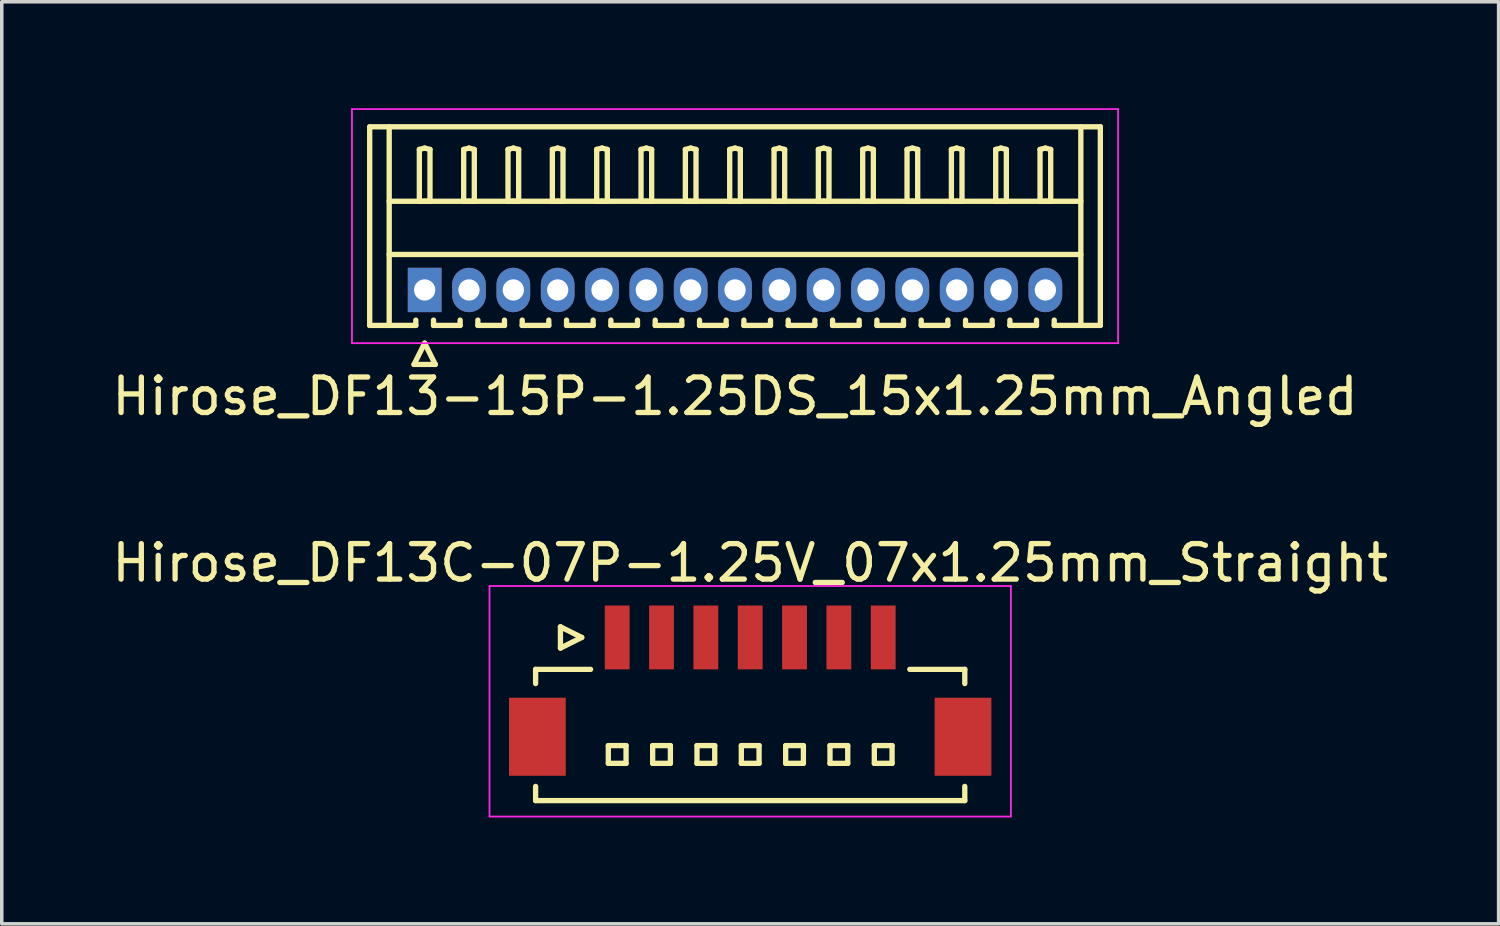
<source format=kicad_pcb>
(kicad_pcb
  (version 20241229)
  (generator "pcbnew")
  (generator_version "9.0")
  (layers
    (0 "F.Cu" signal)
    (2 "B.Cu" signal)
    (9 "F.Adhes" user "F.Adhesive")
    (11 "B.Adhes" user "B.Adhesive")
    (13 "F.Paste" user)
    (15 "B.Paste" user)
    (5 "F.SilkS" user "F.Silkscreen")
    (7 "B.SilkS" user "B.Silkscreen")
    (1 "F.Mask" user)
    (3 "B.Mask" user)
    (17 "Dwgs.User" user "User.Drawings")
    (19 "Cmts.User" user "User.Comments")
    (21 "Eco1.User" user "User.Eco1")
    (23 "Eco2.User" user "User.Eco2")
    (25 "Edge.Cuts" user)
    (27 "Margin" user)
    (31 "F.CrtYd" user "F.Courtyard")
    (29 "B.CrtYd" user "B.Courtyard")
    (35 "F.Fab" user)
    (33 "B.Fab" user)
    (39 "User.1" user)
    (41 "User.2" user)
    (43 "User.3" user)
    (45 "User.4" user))
  (footprint "Hirose_DF13C-07P-1.25V_07x1.25mm_Straight"
    (layer "F.Cu")
    (at 18.101 16.322)
    (property "Reference" "Hirose_DF13C-07P-1.25V_07x1.25mm_Straight" (at 0 -3.5 0) (layer "F.SilkS") (effects (font (size 1 1) (thickness 0.15))))
    (attr smd)
    (fp_line (start -6.05 -0.5) (end -6.05 -0.1) (stroke (width 0.15) (type solid)) (layer "F.SilkS"))
    (fp_line (start -6.05 -0.5) (end -4.5 -0.5) (stroke (width 0.15) (type solid)) (layer "F.SilkS"))
    (fp_line (start -6.05 3.2) (end -6.05 2.8) (stroke (width 0.15) (type solid)) (layer "F.SilkS"))
    (fp_line (start -6.05 3.2) (end 6.05 3.2) (stroke (width 0.15) (type solid)) (layer "F.SilkS"))
    (fp_line (start -5.35 -1.7) (end -5.35 -1.1) (stroke (width 0.15) (type solid)) (layer "F.SilkS"))
    (fp_line (start -5.35 -1.1) (end -4.75 -1.4) (stroke (width 0.15) (type solid)) (layer "F.SilkS"))
    (fp_line (start -4.75 -1.4) (end -5.35 -1.7) (stroke (width 0.15) (type solid)) (layer "F.SilkS"))
    (fp_line (start -4 1.65) (end -4 2.15) (stroke (width 0.15) (type solid)) (layer "F.SilkS"))
    (fp_line (start -4 2.15) (end -3.5 2.15) (stroke (width 0.15) (type solid)) (layer "F.SilkS"))
    (fp_line (start -3.5 1.65) (end -4 1.65) (stroke (width 0.15) (type solid)) (layer "F.SilkS"))
    (fp_line (start -3.5 2.15) (end -3.5 1.65) (stroke (width 0.15) (type solid)) (layer "F.SilkS"))
    (fp_line (start -2.75 1.65) (end -2.75 2.15) (stroke (width 0.15) (type solid)) (layer "F.SilkS"))
    (fp_line (start -2.75 2.15) (end -2.25 2.15) (stroke (width 0.15) (type solid)) (layer "F.SilkS"))
    (fp_line (start -2.25 1.65) (end -2.75 1.65) (stroke (width 0.15) (type solid)) (layer "F.SilkS"))
    (fp_line (start -2.25 2.15) (end -2.25 1.65) (stroke (width 0.15) (type solid)) (layer "F.SilkS"))
    (fp_line (start -1.5 1.65) (end -1.5 2.15) (stroke (width 0.15) (type solid)) (layer "F.SilkS"))
    (fp_line (start -1.5 2.15) (end -1 2.15) (stroke (width 0.15) (type solid)) (layer "F.SilkS"))
    (fp_line (start -1 1.65) (end -1.5 1.65) (stroke (width 0.15) (type solid)) (layer "F.SilkS"))
    (fp_line (start -1 2.15) (end -1 1.65) (stroke (width 0.15) (type solid)) (layer "F.SilkS"))
    (fp_line (start -0.25 1.65) (end -0.25 2.15) (stroke (width 0.15) (type solid)) (layer "F.SilkS"))
    (fp_line (start -0.25 2.15) (end 0.25 2.15) (stroke (width 0.15) (type solid)) (layer "F.SilkS"))
    (fp_line (start 0.25 1.65) (end -0.25 1.65) (stroke (width 0.15) (type solid)) (layer "F.SilkS"))
    (fp_line (start 0.25 2.15) (end 0.25 1.65) (stroke (width 0.15) (type solid)) (layer "F.SilkS"))
    (fp_line (start 1 1.65) (end 1 2.15) (stroke (width 0.15) (type solid)) (layer "F.SilkS"))
    (fp_line (start 1 2.15) (end 1.5 2.15) (stroke (width 0.15) (type solid)) (layer "F.SilkS"))
    (fp_line (start 1.5 1.65) (end 1 1.65) (stroke (width 0.15) (type solid)) (layer "F.SilkS"))
    (fp_line (start 1.5 2.15) (end 1.5 1.65) (stroke (width 0.15) (type solid)) (layer "F.SilkS"))
    (fp_line (start 2.25 1.65) (end 2.25 2.15) (stroke (width 0.15) (type solid)) (layer "F.SilkS"))
    (fp_line (start 2.25 2.15) (end 2.75 2.15) (stroke (width 0.15) (type solid)) (layer "F.SilkS"))
    (fp_line (start 2.75 1.65) (end 2.25 1.65) (stroke (width 0.15) (type solid)) (layer "F.SilkS"))
    (fp_line (start 2.75 2.15) (end 2.75 1.65) (stroke (width 0.15) (type solid)) (layer "F.SilkS"))
    (fp_line (start 3.5 1.65) (end 3.5 2.15) (stroke (width 0.15) (type solid)) (layer "F.SilkS"))
    (fp_line (start 3.5 2.15) (end 4 2.15) (stroke (width 0.15) (type solid)) (layer "F.SilkS"))
    (fp_line (start 4 1.65) (end 3.5 1.65) (stroke (width 0.15) (type solid)) (layer "F.SilkS"))
    (fp_line (start 4 2.15) (end 4 1.65) (stroke (width 0.15) (type solid)) (layer "F.SilkS"))
    (fp_line (start 6.05 -0.5) (end 4.5 -0.5) (stroke (width 0.15) (type solid)) (layer "F.SilkS"))
    (fp_line (start 6.05 -0.5) (end 6.05 -0.1) (stroke (width 0.15) (type solid)) (layer "F.SilkS"))
    (fp_line (start 6.05 3.2) (end 6.05 2.8) (stroke (width 0.15) (type solid)) (layer "F.SilkS"))
    (fp_line (start -7.35 -2.85) (end -7.35 3.65) (stroke (width 0.05) (type solid)) (layer "F.CrtYd"))
    (fp_line (start -7.35 3.65) (end 7.35 3.65) (stroke (width 0.05) (type solid)) (layer "F.CrtYd"))
    (fp_line (start 7.35 -2.85) (end -7.35 -2.85) (stroke (width 0.05) (type solid)) (layer "F.CrtYd"))
    (fp_line (start 7.35 3.65) (end 7.35 -2.85) (stroke (width 0.05) (type solid)) (layer "F.CrtYd"))
    (pad "" smd rect (at -6 1.4) (size 1.6 2.2) (layers "F.Cu" "F.Mask" "F.Paste"))
    (pad "" smd rect (at 6 1.4) (size 1.6 2.2) (layers "F.Cu" "F.Mask" "F.Paste"))
    (pad "1" smd rect (at -3.75 -1.4) (size 0.7 1.8) (layers "F.Cu" "F.Mask" "F.Paste"))
    (pad "2" smd rect (at -2.5 -1.4) (size 0.7 1.8) (layers "F.Cu" "F.Mask" "F.Paste"))
    (pad "3" smd rect (at -1.25 -1.4) (size 0.7 1.8) (layers "F.Cu" "F.Mask" "F.Paste"))
    (pad "4" smd rect (at 0 -1.4) (size 0.7 1.8) (layers "F.Cu" "F.Mask" "F.Paste"))
    (pad "5" smd rect (at 1.25 -1.4) (size 0.7 1.8) (layers "F.Cu" "F.Mask" "F.Paste"))
    (pad "6" smd rect (at 2.5 -1.4) (size 0.7 1.8) (layers "F.Cu" "F.Mask" "F.Paste"))
    (pad "7" smd rect (at 3.75 -1.4) (size 0.7 1.8) (layers "F.Cu" "F.Mask" "F.Paste")))
  (footprint "Hirose_DF13-15P-1.25DS_15x1.25mm_Angled"
    (layer "F.Cu")
    (at 8.923 5.125)
    (property "Reference" "Hirose_DF13-15P-1.25DS_15x1.25mm_Angled" (at 8.75 3 0) (layer "F.SilkS") (effects (font (size 1 1) (thickness 0.15))))
    (attr through_hole)
    (fp_line (start -1.55 -4.6) (end 19.05 -4.6) (stroke (width 0.15) (type solid)) (layer "F.SilkS"))
    (fp_line (start -1.55 1) (end -1.55 -4.6) (stroke (width 0.15) (type solid)) (layer "F.SilkS"))
    (fp_line (start -1 -4.6) (end -1 1) (stroke (width 0.15) (type solid)) (layer "F.SilkS"))
    (fp_line (start -1 -2.5) (end 18.5 -2.5) (stroke (width 0.15) (type solid)) (layer "F.SilkS"))
    (fp_line (start -1 -1) (end 18.5 -1) (stroke (width 0.15) (type solid)) (layer "F.SilkS"))
    (fp_line (start -0.3 2.1) (end 0.3 2.1) (stroke (width 0.15) (type solid)) (layer "F.SilkS"))
    (fp_line (start -0.25 0.85) (end -0.25 1) (stroke (width 0.15) (type solid)) (layer "F.SilkS"))
    (fp_line (start -0.25 1) (end -1.55 1) (stroke (width 0.15) (type solid)) (layer "F.SilkS"))
    (fp_line (start -0.15 -3.962) (end 0 -4) (stroke (width 0.15) (type solid)) (layer "F.SilkS"))
    (fp_line (start -0.15 -2.5) (end -0.15 -3.962) (stroke (width 0.15) (type solid)) (layer "F.SilkS"))
    (fp_line (start 0 -4) (end 0.15 -3.962) (stroke (width 0.15) (type solid)) (layer "F.SilkS"))
    (fp_line (start 0 -2.5) (end -0.15 -2.5) (stroke (width 0.15) (type solid)) (layer "F.SilkS"))
    (fp_line (start 0 1.5) (end -0.3 2.1) (stroke (width 0.15) (type solid)) (layer "F.SilkS"))
    (fp_line (start 0.15 -3.962) (end 0.15 -2.5) (stroke (width 0.15) (type solid)) (layer "F.SilkS"))
    (fp_line (start 0.15 -2.5) (end 0 -2.5) (stroke (width 0.15) (type solid)) (layer "F.SilkS"))
    (fp_line (start 0.25 0.85) (end 0.25 1) (stroke (width 0.15) (type solid)) (layer "F.SilkS"))
    (fp_line (start 0.25 1) (end 1 1) (stroke (width 0.15) (type solid)) (layer "F.SilkS"))
    (fp_line (start 0.3 2.1) (end 0 1.5) (stroke (width 0.15) (type solid)) (layer "F.SilkS"))
    (fp_line (start 1 1) (end 1 0.85) (stroke (width 0.15) (type solid)) (layer "F.SilkS"))
    (fp_line (start 1.1 -3.962) (end 1.25 -4) (stroke (width 0.15) (type solid)) (layer "F.SilkS"))
    (fp_line (start 1.1 -2.5) (end 1.1 -3.962) (stroke (width 0.15) (type solid)) (layer "F.SilkS"))
    (fp_line (start 1.25 -4) (end 1.4 -3.962) (stroke (width 0.15) (type solid)) (layer "F.SilkS"))
    (fp_line (start 1.25 -2.5) (end 1.1 -2.5) (stroke (width 0.15) (type solid)) (layer "F.SilkS"))
    (fp_line (start 1.4 -3.962) (end 1.4 -2.5) (stroke (width 0.15) (type solid)) (layer "F.SilkS"))
    (fp_line (start 1.4 -2.5) (end 1.25 -2.5) (stroke (width 0.15) (type solid)) (layer "F.SilkS"))
    (fp_line (start 1.5 0.85) (end 1.5 1) (stroke (width 0.15) (type solid)) (layer "F.SilkS"))
    (fp_line (start 1.5 1) (end 2.25 1) (stroke (width 0.15) (type solid)) (layer "F.SilkS"))
    (fp_line (start 2.25 1) (end 2.25 0.85) (stroke (width 0.15) (type solid)) (layer "F.SilkS"))
    (fp_line (start 2.35 -3.962) (end 2.5 -4) (stroke (width 0.15) (type solid)) (layer "F.SilkS"))
    (fp_line (start 2.35 -2.5) (end 2.35 -3.962) (stroke (width 0.15) (type solid)) (layer "F.SilkS"))
    (fp_line (start 2.5 -4) (end 2.65 -3.962) (stroke (width 0.15) (type solid)) (layer "F.SilkS"))
    (fp_line (start 2.5 -2.5) (end 2.35 -2.5) (stroke (width 0.15) (type solid)) (layer "F.SilkS"))
    (fp_line (start 2.65 -3.962) (end 2.65 -2.5) (stroke (width 0.15) (type solid)) (layer "F.SilkS"))
    (fp_line (start 2.65 -2.5) (end 2.5 -2.5) (stroke (width 0.15) (type solid)) (layer "F.SilkS"))
    (fp_line (start 2.75 0.85) (end 2.75 1) (stroke (width 0.15) (type solid)) (layer "F.SilkS"))
    (fp_line (start 2.75 1) (end 3.5 1) (stroke (width 0.15) (type solid)) (layer "F.SilkS"))
    (fp_line (start 3.5 1) (end 3.5 0.85) (stroke (width 0.15) (type solid)) (layer "F.SilkS"))
    (fp_line (start 3.6 -3.962) (end 3.75 -4) (stroke (width 0.15) (type solid)) (layer "F.SilkS"))
    (fp_line (start 3.6 -2.5) (end 3.6 -3.962) (stroke (width 0.15) (type solid)) (layer "F.SilkS"))
    (fp_line (start 3.75 -4) (end 3.9 -3.962) (stroke (width 0.15) (type solid)) (layer "F.SilkS"))
    (fp_line (start 3.75 -2.5) (end 3.6 -2.5) (stroke (width 0.15) (type solid)) (layer "F.SilkS"))
    (fp_line (start 3.9 -3.962) (end 3.9 -2.5) (stroke (width 0.15) (type solid)) (layer "F.SilkS"))
    (fp_line (start 3.9 -2.5) (end 3.75 -2.5) (stroke (width 0.15) (type solid)) (layer "F.SilkS"))
    (fp_line (start 4 0.85) (end 4 1) (stroke (width 0.15) (type solid)) (layer "F.SilkS"))
    (fp_line (start 4 1) (end 4.75 1) (stroke (width 0.15) (type solid)) (layer "F.SilkS"))
    (fp_line (start 4.75 1) (end 4.75 0.85) (stroke (width 0.15) (type solid)) (layer "F.SilkS"))
    (fp_line (start 4.85 -3.962) (end 5 -4) (stroke (width 0.15) (type solid)) (layer "F.SilkS"))
    (fp_line (start 4.85 -2.5) (end 4.85 -3.962) (stroke (width 0.15) (type solid)) (layer "F.SilkS"))
    (fp_line (start 5 -4) (end 5.15 -3.962) (stroke (width 0.15) (type solid)) (layer "F.SilkS"))
    (fp_line (start 5 -2.5) (end 4.85 -2.5) (stroke (width 0.15) (type solid)) (layer "F.SilkS"))
    (fp_line (start 5.15 -3.962) (end 5.15 -2.5) (stroke (width 0.15) (type solid)) (layer "F.SilkS"))
    (fp_line (start 5.15 -2.5) (end 5 -2.5) (stroke (width 0.15) (type solid)) (layer "F.SilkS"))
    (fp_line (start 5.25 0.85) (end 5.25 1) (stroke (width 0.15) (type solid)) (layer "F.SilkS"))
    (fp_line (start 5.25 1) (end 6 1) (stroke (width 0.15) (type solid)) (layer "F.SilkS"))
    (fp_line (start 6 1) (end 6 0.85) (stroke (width 0.15) (type solid)) (layer "F.SilkS"))
    (fp_line (start 6.1 -3.962) (end 6.25 -4) (stroke (width 0.15) (type solid)) (layer "F.SilkS"))
    (fp_line (start 6.1 -2.5) (end 6.1 -3.962) (stroke (width 0.15) (type solid)) (layer "F.SilkS"))
    (fp_line (start 6.25 -4) (end 6.4 -3.962) (stroke (width 0.15) (type solid)) (layer "F.SilkS"))
    (fp_line (start 6.25 -2.5) (end 6.1 -2.5) (stroke (width 0.15) (type solid)) (layer "F.SilkS"))
    (fp_line (start 6.4 -3.962) (end 6.4 -2.5) (stroke (width 0.15) (type solid)) (layer "F.SilkS"))
    (fp_line (start 6.4 -2.5) (end 6.25 -2.5) (stroke (width 0.15) (type solid)) (layer "F.SilkS"))
    (fp_line (start 6.5 0.85) (end 6.5 1) (stroke (width 0.15) (type solid)) (layer "F.SilkS"))
    (fp_line (start 6.5 1) (end 7.25 1) (stroke (width 0.15) (type solid)) (layer "F.SilkS"))
    (fp_line (start 7.25 1) (end 7.25 0.85) (stroke (width 0.15) (type solid)) (layer "F.SilkS"))
    (fp_line (start 7.35 -3.962) (end 7.5 -4) (stroke (width 0.15) (type solid)) (layer "F.SilkS"))
    (fp_line (start 7.35 -2.5) (end 7.35 -3.962) (stroke (width 0.15) (type solid)) (layer "F.SilkS"))
    (fp_line (start 7.5 -4) (end 7.65 -3.962) (stroke (width 0.15) (type solid)) (layer "F.SilkS"))
    (fp_line (start 7.5 -2.5) (end 7.35 -2.5) (stroke (width 0.15) (type solid)) (layer "F.SilkS"))
    (fp_line (start 7.65 -3.962) (end 7.65 -2.5) (stroke (width 0.15) (type solid)) (layer "F.SilkS"))
    (fp_line (start 7.65 -2.5) (end 7.5 -2.5) (stroke (width 0.15) (type solid)) (layer "F.SilkS"))
    (fp_line (start 7.75 0.85) (end 7.75 1) (stroke (width 0.15) (type solid)) (layer "F.SilkS"))
    (fp_line (start 7.75 1) (end 8.5 1) (stroke (width 0.15) (type solid)) (layer "F.SilkS"))
    (fp_line (start 8.5 1) (end 8.5 0.85) (stroke (width 0.15) (type solid)) (layer "F.SilkS"))
    (fp_line (start 8.6 -3.962) (end 8.75 -4) (stroke (width 0.15) (type solid)) (layer "F.SilkS"))
    (fp_line (start 8.6 -2.5) (end 8.6 -3.962) (stroke (width 0.15) (type solid)) (layer "F.SilkS"))
    (fp_line (start 8.75 -4) (end 8.9 -3.962) (stroke (width 0.15) (type solid)) (layer "F.SilkS"))
    (fp_line (start 8.75 -2.5) (end 8.6 -2.5) (stroke (width 0.15) (type solid)) (layer "F.SilkS"))
    (fp_line (start 8.9 -3.962) (end 8.9 -2.5) (stroke (width 0.15) (type solid)) (layer "F.SilkS"))
    (fp_line (start 8.9 -2.5) (end 8.75 -2.5) (stroke (width 0.15) (type solid)) (layer "F.SilkS"))
    (fp_line (start 9 0.85) (end 9 1) (stroke (width 0.15) (type solid)) (layer "F.SilkS"))
    (fp_line (start 9 1) (end 9.75 1) (stroke (width 0.15) (type solid)) (layer "F.SilkS"))
    (fp_line (start 9.75 1) (end 9.75 0.85) (stroke (width 0.15) (type solid)) (layer "F.SilkS"))
    (fp_line (start 9.85 -3.962) (end 10 -4) (stroke (width 0.15) (type solid)) (layer "F.SilkS"))
    (fp_line (start 9.85 -2.5) (end 9.85 -3.962) (stroke (width 0.15) (type solid)) (layer "F.SilkS"))
    (fp_line (start 10 -4) (end 10.15 -3.962) (stroke (width 0.15) (type solid)) (layer "F.SilkS"))
    (fp_line (start 10 -2.5) (end 9.85 -2.5) (stroke (width 0.15) (type solid)) (layer "F.SilkS"))
    (fp_line (start 10.15 -3.962) (end 10.15 -2.5) (stroke (width 0.15) (type solid)) (layer "F.SilkS"))
    (fp_line (start 10.15 -2.5) (end 10 -2.5) (stroke (width 0.15) (type solid)) (layer "F.SilkS"))
    (fp_line (start 10.25 0.85) (end 10.25 1) (stroke (width 0.15) (type solid)) (layer "F.SilkS"))
    (fp_line (start 10.25 1) (end 11 1) (stroke (width 0.15) (type solid)) (layer "F.SilkS"))
    (fp_line (start 11 1) (end 11 0.85) (stroke (width 0.15) (type solid)) (layer "F.SilkS"))
    (fp_line (start 11.1 -3.962) (end 11.25 -4) (stroke (width 0.15) (type solid)) (layer "F.SilkS"))
    (fp_line (start 11.1 -2.5) (end 11.1 -3.962) (stroke (width 0.15) (type solid)) (layer "F.SilkS"))
    (fp_line (start 11.25 -4) (end 11.4 -3.962) (stroke (width 0.15) (type solid)) (layer "F.SilkS"))
    (fp_line (start 11.25 -2.5) (end 11.1 -2.5) (stroke (width 0.15) (type solid)) (layer "F.SilkS"))
    (fp_line (start 11.4 -3.962) (end 11.4 -2.5) (stroke (width 0.15) (type solid)) (layer "F.SilkS"))
    (fp_line (start 11.4 -2.5) (end 11.25 -2.5) (stroke (width 0.15) (type solid)) (layer "F.SilkS"))
    (fp_line (start 11.5 0.85) (end 11.5 1) (stroke (width 0.15) (type solid)) (layer "F.SilkS"))
    (fp_line (start 11.5 1) (end 12.25 1) (stroke (width 0.15) (type solid)) (layer "F.SilkS"))
    (fp_line (start 12.25 1) (end 12.25 0.85) (stroke (width 0.15) (type solid)) (layer "F.SilkS"))
    (fp_line (start 12.35 -3.962) (end 12.5 -4) (stroke (width 0.15) (type solid)) (layer "F.SilkS"))
    (fp_line (start 12.35 -2.5) (end 12.35 -3.962) (stroke (width 0.15) (type solid)) (layer "F.SilkS"))
    (fp_line (start 12.5 -4) (end 12.65 -3.962) (stroke (width 0.15) (type solid)) (layer "F.SilkS"))
    (fp_line (start 12.5 -2.5) (end 12.35 -2.5) (stroke (width 0.15) (type solid)) (layer "F.SilkS"))
    (fp_line (start 12.65 -3.962) (end 12.65 -2.5) (stroke (width 0.15) (type solid)) (layer "F.SilkS"))
    (fp_line (start 12.65 -2.5) (end 12.5 -2.5) (stroke (width 0.15) (type solid)) (layer "F.SilkS"))
    (fp_line (start 12.75 0.85) (end 12.75 1) (stroke (width 0.15) (type solid)) (layer "F.SilkS"))
    (fp_line (start 12.75 1) (end 13.5 1) (stroke (width 0.15) (type solid)) (layer "F.SilkS"))
    (fp_line (start 13.5 1) (end 13.5 0.85) (stroke (width 0.15) (type solid)) (layer "F.SilkS"))
    (fp_line (start 13.6 -3.962) (end 13.75 -4) (stroke (width 0.15) (type solid)) (layer "F.SilkS"))
    (fp_line (start 13.6 -2.5) (end 13.6 -3.962) (stroke (width 0.15) (type solid)) (layer "F.SilkS"))
    (fp_line (start 13.75 -4) (end 13.9 -3.962) (stroke (width 0.15) (type solid)) (layer "F.SilkS"))
    (fp_line (start 13.75 -2.5) (end 13.6 -2.5) (stroke (width 0.15) (type solid)) (layer "F.SilkS"))
    (fp_line (start 13.9 -3.962) (end 13.9 -2.5) (stroke (width 0.15) (type solid)) (layer "F.SilkS"))
    (fp_line (start 13.9 -2.5) (end 13.75 -2.5) (stroke (width 0.15) (type solid)) (layer "F.SilkS"))
    (fp_line (start 14 0.85) (end 14 1) (stroke (width 0.15) (type solid)) (layer "F.SilkS"))
    (fp_line (start 14 1) (end 14.75 1) (stroke (width 0.15) (type solid)) (layer "F.SilkS"))
    (fp_line (start 14.75 1) (end 14.75 0.85) (stroke (width 0.15) (type solid)) (layer "F.SilkS"))
    (fp_line (start 14.85 -3.962) (end 15 -4) (stroke (width 0.15) (type solid)) (layer "F.SilkS"))
    (fp_line (start 14.85 -2.5) (end 14.85 -3.962) (stroke (width 0.15) (type solid)) (layer "F.SilkS"))
    (fp_line (start 15 -4) (end 15.15 -3.962) (stroke (width 0.15) (type solid)) (layer "F.SilkS"))
    (fp_line (start 15 -2.5) (end 14.85 -2.5) (stroke (width 0.15) (type solid)) (layer "F.SilkS"))
    (fp_line (start 15.15 -3.962) (end 15.15 -2.5) (stroke (width 0.15) (type solid)) (layer "F.SilkS"))
    (fp_line (start 15.15 -2.5) (end 15 -2.5) (stroke (width 0.15) (type solid)) (layer "F.SilkS"))
    (fp_line (start 15.25 0.85) (end 15.25 1) (stroke (width 0.15) (type solid)) (layer "F.SilkS"))
    (fp_line (start 15.25 1) (end 16 1) (stroke (width 0.15) (type solid)) (layer "F.SilkS"))
    (fp_line (start 16 1) (end 16 0.85) (stroke (width 0.15) (type solid)) (layer "F.SilkS"))
    (fp_line (start 16.1 -3.962) (end 16.25 -4) (stroke (width 0.15) (type solid)) (layer "F.SilkS"))
    (fp_line (start 16.1 -2.5) (end 16.1 -3.962) (stroke (width 0.15) (type solid)) (layer "F.SilkS"))
    (fp_line (start 16.25 -4) (end 16.4 -3.962) (stroke (width 0.15) (type solid)) (layer "F.SilkS"))
    (fp_line (start 16.25 -2.5) (end 16.1 -2.5) (stroke (width 0.15) (type solid)) (layer "F.SilkS"))
    (fp_line (start 16.4 -3.962) (end 16.4 -2.5) (stroke (width 0.15) (type solid)) (layer "F.SilkS"))
    (fp_line (start 16.4 -2.5) (end 16.25 -2.5) (stroke (width 0.15) (type solid)) (layer "F.SilkS"))
    (fp_line (start 16.5 0.85) (end 16.5 1) (stroke (width 0.15) (type solid)) (layer "F.SilkS"))
    (fp_line (start 16.5 1) (end 17.25 1) (stroke (width 0.15) (type solid)) (layer "F.SilkS"))
    (fp_line (start 17.25 1) (end 17.25 0.85) (stroke (width 0.15) (type solid)) (layer "F.SilkS"))
    (fp_line (start 17.35 -3.962) (end 17.5 -4) (stroke (width 0.15) (type solid)) (layer "F.SilkS"))
    (fp_line (start 17.35 -2.5) (end 17.35 -3.962) (stroke (width 0.15) (type solid)) (layer "F.SilkS"))
    (fp_line (start 17.5 -4) (end 17.65 -3.962) (stroke (width 0.15) (type solid)) (layer "F.SilkS"))
    (fp_line (start 17.5 -2.5) (end 17.35 -2.5) (stroke (width 0.15) (type solid)) (layer "F.SilkS"))
    (fp_line (start 17.65 -3.962) (end 17.65 -2.5) (stroke (width 0.15) (type solid)) (layer "F.SilkS"))
    (fp_line (start 17.65 -2.5) (end 17.5 -2.5) (stroke (width 0.15) (type solid)) (layer "F.SilkS"))
    (fp_line (start 17.75 1) (end 17.75 0.85) (stroke (width 0.15) (type solid)) (layer "F.SilkS"))
    (fp_line (start 18.5 -4.6) (end 18.5 1) (stroke (width 0.15) (type solid)) (layer "F.SilkS"))
    (fp_line (start 19.05 -4.6) (end 19.05 1) (stroke (width 0.15) (type solid)) (layer "F.SilkS"))
    (fp_line (start 19.05 1) (end 17.75 1) (stroke (width 0.15) (type solid)) (layer "F.SilkS"))
    (fp_line (start -2.05 -5.1) (end -2.05 1.5) (stroke (width 0.05) (type solid)) (layer "F.CrtYd"))
    (fp_line (start -2.05 1.5) (end 19.55 1.5) (stroke (width 0.05) (type solid)) (layer "F.CrtYd"))
    (fp_line (start 19.55 -5.1) (end -2.05 -5.1) (stroke (width 0.05) (type solid)) (layer "F.CrtYd"))
    (fp_line (start 19.55 1.5) (end 19.55 -5.1) (stroke (width 0.05) (type solid)) (layer "F.CrtYd"))
    (pad "1" thru_hole rect (at 0 0) (size 0.95 1.25) (drill 0.6) (layers "*.Cu" "*.Mask"))
    (pad "2" thru_hole oval (at 1.25 0) (size 0.95 1.25) (drill 0.6) (layers "*.Cu" "*.Mask"))
    (pad "3" thru_hole oval (at 2.5 0) (size 0.95 1.25) (drill 0.6) (layers "*.Cu" "*.Mask"))
    (pad "4" thru_hole oval (at 3.75 0) (size 0.95 1.25) (drill 0.6) (layers "*.Cu" "*.Mask"))
    (pad "5" thru_hole oval (at 5 0) (size 0.95 1.25) (drill 0.6) (layers "*.Cu" "*.Mask"))
    (pad "6" thru_hole oval (at 6.25 0) (size 0.95 1.25) (drill 0.6) (layers "*.Cu" "*.Mask"))
    (pad "7" thru_hole oval (at 7.5 0) (size 0.95 1.25) (drill 0.6) (layers "*.Cu" "*.Mask"))
    (pad "8" thru_hole oval (at 8.75 0) (size 0.95 1.25) (drill 0.6) (layers "*.Cu" "*.Mask"))
    (pad "9" thru_hole oval (at 10 0) (size 0.95 1.25) (drill 0.6) (layers "*.Cu" "*.Mask"))
    (pad "10" thru_hole oval (at 11.25 0) (size 0.95 1.25) (drill 0.6) (layers "*.Cu" "*.Mask"))
    (pad "11" thru_hole oval (at 12.5 0) (size 0.95 1.25) (drill 0.6) (layers "*.Cu" "*.Mask"))
    (pad "12" thru_hole oval (at 13.75 0) (size 0.95 1.25) (drill 0.6) (layers "*.Cu" "*.Mask"))
    (pad "13" thru_hole oval (at 15 0) (size 0.95 1.25) (drill 0.6) (layers "*.Cu" "*.Mask"))
    (pad "14" thru_hole oval (at 16.25 0) (size 0.95 1.25) (drill 0.6) (layers "*.Cu" "*.Mask"))
    (pad "15" thru_hole oval (at 17.5 0) (size 0.95 1.25) (drill 0.6) (layers "*.Cu" "*.Mask")))
  (gr_rect
    (start -3 -3)
    (end 39.202 22.997)
    (stroke (width 0.1) (type default))
    (fill no)
    (layer "Edge.Cuts")))
</source>
